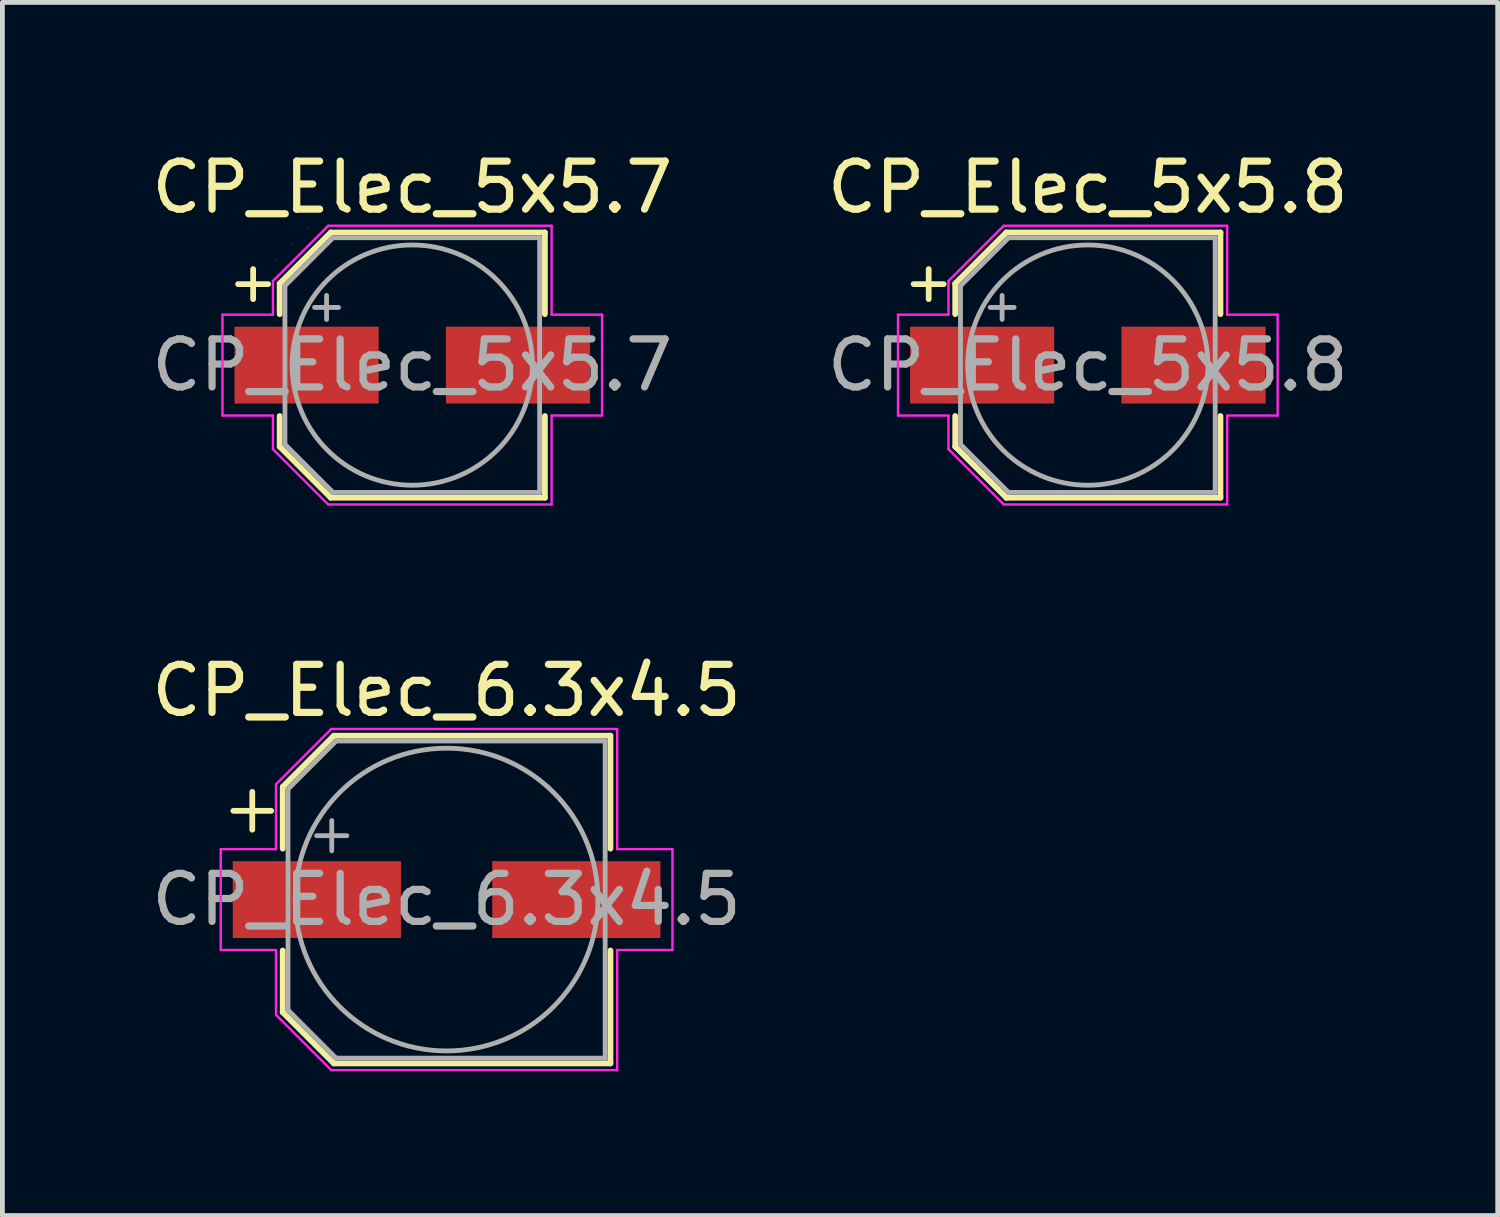
<source format=kicad_pcb>
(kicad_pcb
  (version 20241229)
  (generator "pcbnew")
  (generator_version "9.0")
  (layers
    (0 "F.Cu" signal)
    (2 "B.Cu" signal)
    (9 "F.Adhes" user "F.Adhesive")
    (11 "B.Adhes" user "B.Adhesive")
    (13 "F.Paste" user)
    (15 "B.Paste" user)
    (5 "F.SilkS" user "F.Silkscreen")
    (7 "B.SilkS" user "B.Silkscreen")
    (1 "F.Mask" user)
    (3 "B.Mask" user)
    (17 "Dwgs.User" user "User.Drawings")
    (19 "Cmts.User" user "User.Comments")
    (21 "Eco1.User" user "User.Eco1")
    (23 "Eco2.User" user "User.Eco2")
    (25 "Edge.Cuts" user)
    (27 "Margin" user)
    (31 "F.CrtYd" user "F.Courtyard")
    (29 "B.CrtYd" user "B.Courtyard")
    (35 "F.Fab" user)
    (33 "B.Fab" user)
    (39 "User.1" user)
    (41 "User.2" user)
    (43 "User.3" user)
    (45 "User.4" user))
  (footprint "CP_Elec_5x5.7"
    (layer "F.Cu")
    (at 5.53 4.548)
    (property "Reference" "CP_Elec_5x5.7" (at 0 -3.7 0) (layer "F.SilkS") (effects (font (size 1 1) (thickness 0.15))))
    (attr smd)
    (fp_line (start -3.625 -1.685) (end -3 -1.685) (stroke (width 0.12) (type solid)) (layer "F.SilkS"))
    (fp_line (start -3.312 -1.998) (end -3.312 -1.373) (stroke (width 0.12) (type solid)) (layer "F.SilkS"))
    (fp_line (start -2.76 -1.696) (end -2.76 -1.06) (stroke (width 0.12) (type solid)) (layer "F.SilkS"))
    (fp_line (start -2.76 -1.696) (end -1.696 -2.76) (stroke (width 0.12) (type solid)) (layer "F.SilkS"))
    (fp_line (start -2.76 1.696) (end -2.76 1.06) (stroke (width 0.12) (type solid)) (layer "F.SilkS"))
    (fp_line (start -2.76 1.696) (end -1.696 2.76) (stroke (width 0.12) (type solid)) (layer "F.SilkS"))
    (fp_line (start -1.696 -2.76) (end 2.76 -2.76) (stroke (width 0.12) (type solid)) (layer "F.SilkS"))
    (fp_line (start -1.696 2.76) (end 2.76 2.76) (stroke (width 0.12) (type solid)) (layer "F.SilkS"))
    (fp_line (start 2.76 -2.76) (end 2.76 -1.06) (stroke (width 0.12) (type solid)) (layer "F.SilkS"))
    (fp_line (start 2.76 2.76) (end 2.76 1.06) (stroke (width 0.12) (type solid)) (layer "F.SilkS"))
    (fp_line (start -3.95 -1.05) (end -3.95 1.05) (stroke (width 0.05) (type solid)) (layer "F.CrtYd"))
    (fp_line (start -3.95 1.05) (end -2.9 1.05) (stroke (width 0.05) (type solid)) (layer "F.CrtYd"))
    (fp_line (start -2.9 -1.75) (end -2.9 -1.05) (stroke (width 0.05) (type solid)) (layer "F.CrtYd"))
    (fp_line (start -2.9 -1.75) (end -1.75 -2.9) (stroke (width 0.05) (type solid)) (layer "F.CrtYd"))
    (fp_line (start -2.9 -1.05) (end -3.95 -1.05) (stroke (width 0.05) (type solid)) (layer "F.CrtYd"))
    (fp_line (start -2.9 1.05) (end -2.9 1.75) (stroke (width 0.05) (type solid)) (layer "F.CrtYd"))
    (fp_line (start -2.9 1.75) (end -1.75 2.9) (stroke (width 0.05) (type solid)) (layer "F.CrtYd"))
    (fp_line (start -1.75 -2.9) (end 2.9 -2.9) (stroke (width 0.05) (type solid)) (layer "F.CrtYd"))
    (fp_line (start -1.75 2.9) (end 2.9 2.9) (stroke (width 0.05) (type solid)) (layer "F.CrtYd"))
    (fp_line (start 2.9 -2.9) (end 2.9 -1.05) (stroke (width 0.05) (type solid)) (layer "F.CrtYd"))
    (fp_line (start 2.9 -1.05) (end 3.95 -1.05) (stroke (width 0.05) (type solid)) (layer "F.CrtYd"))
    (fp_line (start 2.9 1.05) (end 2.9 2.9) (stroke (width 0.05) (type solid)) (layer "F.CrtYd"))
    (fp_line (start 3.95 -1.05) (end 3.95 1.05) (stroke (width 0.05) (type solid)) (layer "F.CrtYd"))
    (fp_line (start 3.95 1.05) (end 2.9 1.05) (stroke (width 0.05) (type solid)) (layer "F.CrtYd"))
    (fp_line (start -2.65 -1.65) (end -2.65 1.65) (stroke (width 0.1) (type solid)) (layer "F.Fab"))
    (fp_line (start -2.65 -1.65) (end -1.65 -2.65) (stroke (width 0.1) (type solid)) (layer "F.Fab"))
    (fp_line (start -2.65 1.65) (end -1.65 2.65) (stroke (width 0.1) (type solid)) (layer "F.Fab"))
    (fp_line (start -2.034 -1.2) (end -1.534 -1.2) (stroke (width 0.1) (type solid)) (layer "F.Fab"))
    (fp_line (start -1.784 -1.45) (end -1.784 -0.95) (stroke (width 0.1) (type solid)) (layer "F.Fab"))
    (fp_line (start -1.65 -2.65) (end 2.65 -2.65) (stroke (width 0.1) (type solid)) (layer "F.Fab"))
    (fp_line (start -1.65 2.65) (end 2.65 2.65) (stroke (width 0.1) (type solid)) (layer "F.Fab"))
    (fp_line (start 2.65 -2.65) (end 2.65 2.65) (stroke (width 0.1) (type solid)) (layer "F.Fab"))
    (fp_circle (center 0 0) (end 2.5 0) (stroke (width 0.1) (type solid)) (fill no) (layer "F.Fab"))
    (fp_text user "${REFERENCE}" (at 0 0 0) (layer "F.Fab") (effects (font (size 1 1) (thickness 0.15))))
    (pad "1" smd rect (at -2.2 0) (size 3 1.6) (layers "F.Cu" "F.Mask" "F.Paste"))
    (pad "2" smd rect (at 2.2 0) (size 3 1.6) (layers "F.Cu" "F.Mask" "F.Paste")))
  (footprint "CP_Elec_6.3x4.5"
    (layer "F.Cu")
    (at 6.244 15.671)
    (property "Reference" "CP_Elec_6.3x4.5" (at 0 -4.35 0) (layer "F.SilkS") (effects (font (size 1 1) (thickness 0.15))))
    (attr smd)
    (fp_line (start -4.438 -1.847) (end -3.65 -1.847) (stroke (width 0.12) (type solid)) (layer "F.SilkS"))
    (fp_line (start -4.044 -2.241) (end -4.044 -1.454) (stroke (width 0.12) (type solid)) (layer "F.SilkS"))
    (fp_line (start -3.41 -2.346) (end -3.41 -1.06) (stroke (width 0.12) (type solid)) (layer "F.SilkS"))
    (fp_line (start -3.41 -2.346) (end -2.346 -3.41) (stroke (width 0.12) (type solid)) (layer "F.SilkS"))
    (fp_line (start -3.41 2.346) (end -3.41 1.06) (stroke (width 0.12) (type solid)) (layer "F.SilkS"))
    (fp_line (start -3.41 2.346) (end -2.346 3.41) (stroke (width 0.12) (type solid)) (layer "F.SilkS"))
    (fp_line (start -2.346 -3.41) (end 3.41 -3.41) (stroke (width 0.12) (type solid)) (layer "F.SilkS"))
    (fp_line (start -2.346 3.41) (end 3.41 3.41) (stroke (width 0.12) (type solid)) (layer "F.SilkS"))
    (fp_line (start 3.41 -3.41) (end 3.41 -1.06) (stroke (width 0.12) (type solid)) (layer "F.SilkS"))
    (fp_line (start 3.41 3.41) (end 3.41 1.06) (stroke (width 0.12) (type solid)) (layer "F.SilkS"))
    (fp_line (start -4.7 -1.05) (end -4.7 1.05) (stroke (width 0.05) (type solid)) (layer "F.CrtYd"))
    (fp_line (start -4.7 1.05) (end -3.55 1.05) (stroke (width 0.05) (type solid)) (layer "F.CrtYd"))
    (fp_line (start -3.55 -2.4) (end -3.55 -1.05) (stroke (width 0.05) (type solid)) (layer "F.CrtYd"))
    (fp_line (start -3.55 -2.4) (end -2.4 -3.55) (stroke (width 0.05) (type solid)) (layer "F.CrtYd"))
    (fp_line (start -3.55 -1.05) (end -4.7 -1.05) (stroke (width 0.05) (type solid)) (layer "F.CrtYd"))
    (fp_line (start -3.55 1.05) (end -3.55 2.4) (stroke (width 0.05) (type solid)) (layer "F.CrtYd"))
    (fp_line (start -3.55 2.4) (end -2.4 3.55) (stroke (width 0.05) (type solid)) (layer "F.CrtYd"))
    (fp_line (start -2.4 -3.55) (end 3.55 -3.55) (stroke (width 0.05) (type solid)) (layer "F.CrtYd"))
    (fp_line (start -2.4 3.55) (end 3.55 3.55) (stroke (width 0.05) (type solid)) (layer "F.CrtYd"))
    (fp_line (start 3.55 -3.55) (end 3.55 -1.05) (stroke (width 0.05) (type solid)) (layer "F.CrtYd"))
    (fp_line (start 3.55 -1.05) (end 4.7 -1.05) (stroke (width 0.05) (type solid)) (layer "F.CrtYd"))
    (fp_line (start 3.55 1.05) (end 3.55 3.55) (stroke (width 0.05) (type solid)) (layer "F.CrtYd"))
    (fp_line (start 4.7 -1.05) (end 4.7 1.05) (stroke (width 0.05) (type solid)) (layer "F.CrtYd"))
    (fp_line (start 4.7 1.05) (end 3.55 1.05) (stroke (width 0.05) (type solid)) (layer "F.CrtYd"))
    (fp_line (start -3.3 -2.3) (end -3.3 2.3) (stroke (width 0.1) (type solid)) (layer "F.Fab"))
    (fp_line (start -3.3 -2.3) (end -2.3 -3.3) (stroke (width 0.1) (type solid)) (layer "F.Fab"))
    (fp_line (start -3.3 2.3) (end -2.3 3.3) (stroke (width 0.1) (type solid)) (layer "F.Fab"))
    (fp_line (start -2.705 -1.33) (end -2.075 -1.33) (stroke (width 0.1) (type solid)) (layer "F.Fab"))
    (fp_line (start -2.39 -1.645) (end -2.39 -1.015) (stroke (width 0.1) (type solid)) (layer "F.Fab"))
    (fp_line (start -2.3 -3.3) (end 3.3 -3.3) (stroke (width 0.1) (type solid)) (layer "F.Fab"))
    (fp_line (start -2.3 3.3) (end 3.3 3.3) (stroke (width 0.1) (type solid)) (layer "F.Fab"))
    (fp_line (start 3.3 -3.3) (end 3.3 3.3) (stroke (width 0.1) (type solid)) (layer "F.Fab"))
    (fp_circle (center 0 0) (end 3.15 0) (stroke (width 0.1) (type solid)) (fill no) (layer "F.Fab"))
    (fp_text user "${REFERENCE}" (at 0 0 0) (layer "F.Fab") (effects (font (size 1 1) (thickness 0.15))))
    (pad "1" smd rect (at -2.7 0) (size 3.5 1.6) (layers "F.Cu" "F.Mask" "F.Paste"))
    (pad "2" smd rect (at 2.7 0) (size 3.5 1.6) (layers "F.Cu" "F.Mask" "F.Paste")))
  (footprint "CP_Elec_5x5.8"
    (layer "F.Cu")
    (at 19.589 4.548)
    (property "Reference" "CP_Elec_5x5.8" (at 0 -3.7 0) (layer "F.SilkS") (effects (font (size 1 1) (thickness 0.15))))
    (attr smd)
    (fp_line (start -3.625 -1.685) (end -3 -1.685) (stroke (width 0.12) (type solid)) (layer "F.SilkS"))
    (fp_line (start -3.312 -1.998) (end -3.312 -1.373) (stroke (width 0.12) (type solid)) (layer "F.SilkS"))
    (fp_line (start -2.76 -1.696) (end -2.76 -1.06) (stroke (width 0.12) (type solid)) (layer "F.SilkS"))
    (fp_line (start -2.76 -1.696) (end -1.696 -2.76) (stroke (width 0.12) (type solid)) (layer "F.SilkS"))
    (fp_line (start -2.76 1.696) (end -2.76 1.06) (stroke (width 0.12) (type solid)) (layer "F.SilkS"))
    (fp_line (start -2.76 1.696) (end -1.696 2.76) (stroke (width 0.12) (type solid)) (layer "F.SilkS"))
    (fp_line (start -1.696 -2.76) (end 2.76 -2.76) (stroke (width 0.12) (type solid)) (layer "F.SilkS"))
    (fp_line (start -1.696 2.76) (end 2.76 2.76) (stroke (width 0.12) (type solid)) (layer "F.SilkS"))
    (fp_line (start 2.76 -2.76) (end 2.76 -1.06) (stroke (width 0.12) (type solid)) (layer "F.SilkS"))
    (fp_line (start 2.76 2.76) (end 2.76 1.06) (stroke (width 0.12) (type solid)) (layer "F.SilkS"))
    (fp_line (start -3.95 -1.05) (end -3.95 1.05) (stroke (width 0.05) (type solid)) (layer "F.CrtYd"))
    (fp_line (start -3.95 1.05) (end -2.9 1.05) (stroke (width 0.05) (type solid)) (layer "F.CrtYd"))
    (fp_line (start -2.9 -1.75) (end -2.9 -1.05) (stroke (width 0.05) (type solid)) (layer "F.CrtYd"))
    (fp_line (start -2.9 -1.75) (end -1.75 -2.9) (stroke (width 0.05) (type solid)) (layer "F.CrtYd"))
    (fp_line (start -2.9 -1.05) (end -3.95 -1.05) (stroke (width 0.05) (type solid)) (layer "F.CrtYd"))
    (fp_line (start -2.9 1.05) (end -2.9 1.75) (stroke (width 0.05) (type solid)) (layer "F.CrtYd"))
    (fp_line (start -2.9 1.75) (end -1.75 2.9) (stroke (width 0.05) (type solid)) (layer "F.CrtYd"))
    (fp_line (start -1.75 -2.9) (end 2.9 -2.9) (stroke (width 0.05) (type solid)) (layer "F.CrtYd"))
    (fp_line (start -1.75 2.9) (end 2.9 2.9) (stroke (width 0.05) (type solid)) (layer "F.CrtYd"))
    (fp_line (start 2.9 -2.9) (end 2.9 -1.05) (stroke (width 0.05) (type solid)) (layer "F.CrtYd"))
    (fp_line (start 2.9 -1.05) (end 3.95 -1.05) (stroke (width 0.05) (type solid)) (layer "F.CrtYd"))
    (fp_line (start 2.9 1.05) (end 2.9 2.9) (stroke (width 0.05) (type solid)) (layer "F.CrtYd"))
    (fp_line (start 3.95 -1.05) (end 3.95 1.05) (stroke (width 0.05) (type solid)) (layer "F.CrtYd"))
    (fp_line (start 3.95 1.05) (end 2.9 1.05) (stroke (width 0.05) (type solid)) (layer "F.CrtYd"))
    (fp_line (start -2.65 -1.65) (end -2.65 1.65) (stroke (width 0.1) (type solid)) (layer "F.Fab"))
    (fp_line (start -2.65 -1.65) (end -1.65 -2.65) (stroke (width 0.1) (type solid)) (layer "F.Fab"))
    (fp_line (start -2.65 1.65) (end -1.65 2.65) (stroke (width 0.1) (type solid)) (layer "F.Fab"))
    (fp_line (start -2.034 -1.2) (end -1.534 -1.2) (stroke (width 0.1) (type solid)) (layer "F.Fab"))
    (fp_line (start -1.784 -1.45) (end -1.784 -0.95) (stroke (width 0.1) (type solid)) (layer "F.Fab"))
    (fp_line (start -1.65 -2.65) (end 2.65 -2.65) (stroke (width 0.1) (type solid)) (layer "F.Fab"))
    (fp_line (start -1.65 2.65) (end 2.65 2.65) (stroke (width 0.1) (type solid)) (layer "F.Fab"))
    (fp_line (start 2.65 -2.65) (end 2.65 2.65) (stroke (width 0.1) (type solid)) (layer "F.Fab"))
    (fp_circle (center 0 0) (end 2.5 0) (stroke (width 0.1) (type solid)) (fill no) (layer "F.Fab"))
    (fp_text user "${REFERENCE}" (at 0 0 0) (layer "F.Fab") (effects (font (size 1 1) (thickness 0.15))))
    (pad "1" smd rect (at -2.2 0) (size 3 1.6) (layers "F.Cu" "F.Mask" "F.Paste"))
    (pad "2" smd rect (at 2.2 0) (size 3 1.6) (layers "F.Cu" "F.Mask" "F.Paste")))
  (gr_rect
    (start -3 -3)
    (end 28.119 22.247)
    (stroke (width 0.1) (type default))
    (fill no)
    (layer "Edge.Cuts")))
</source>
